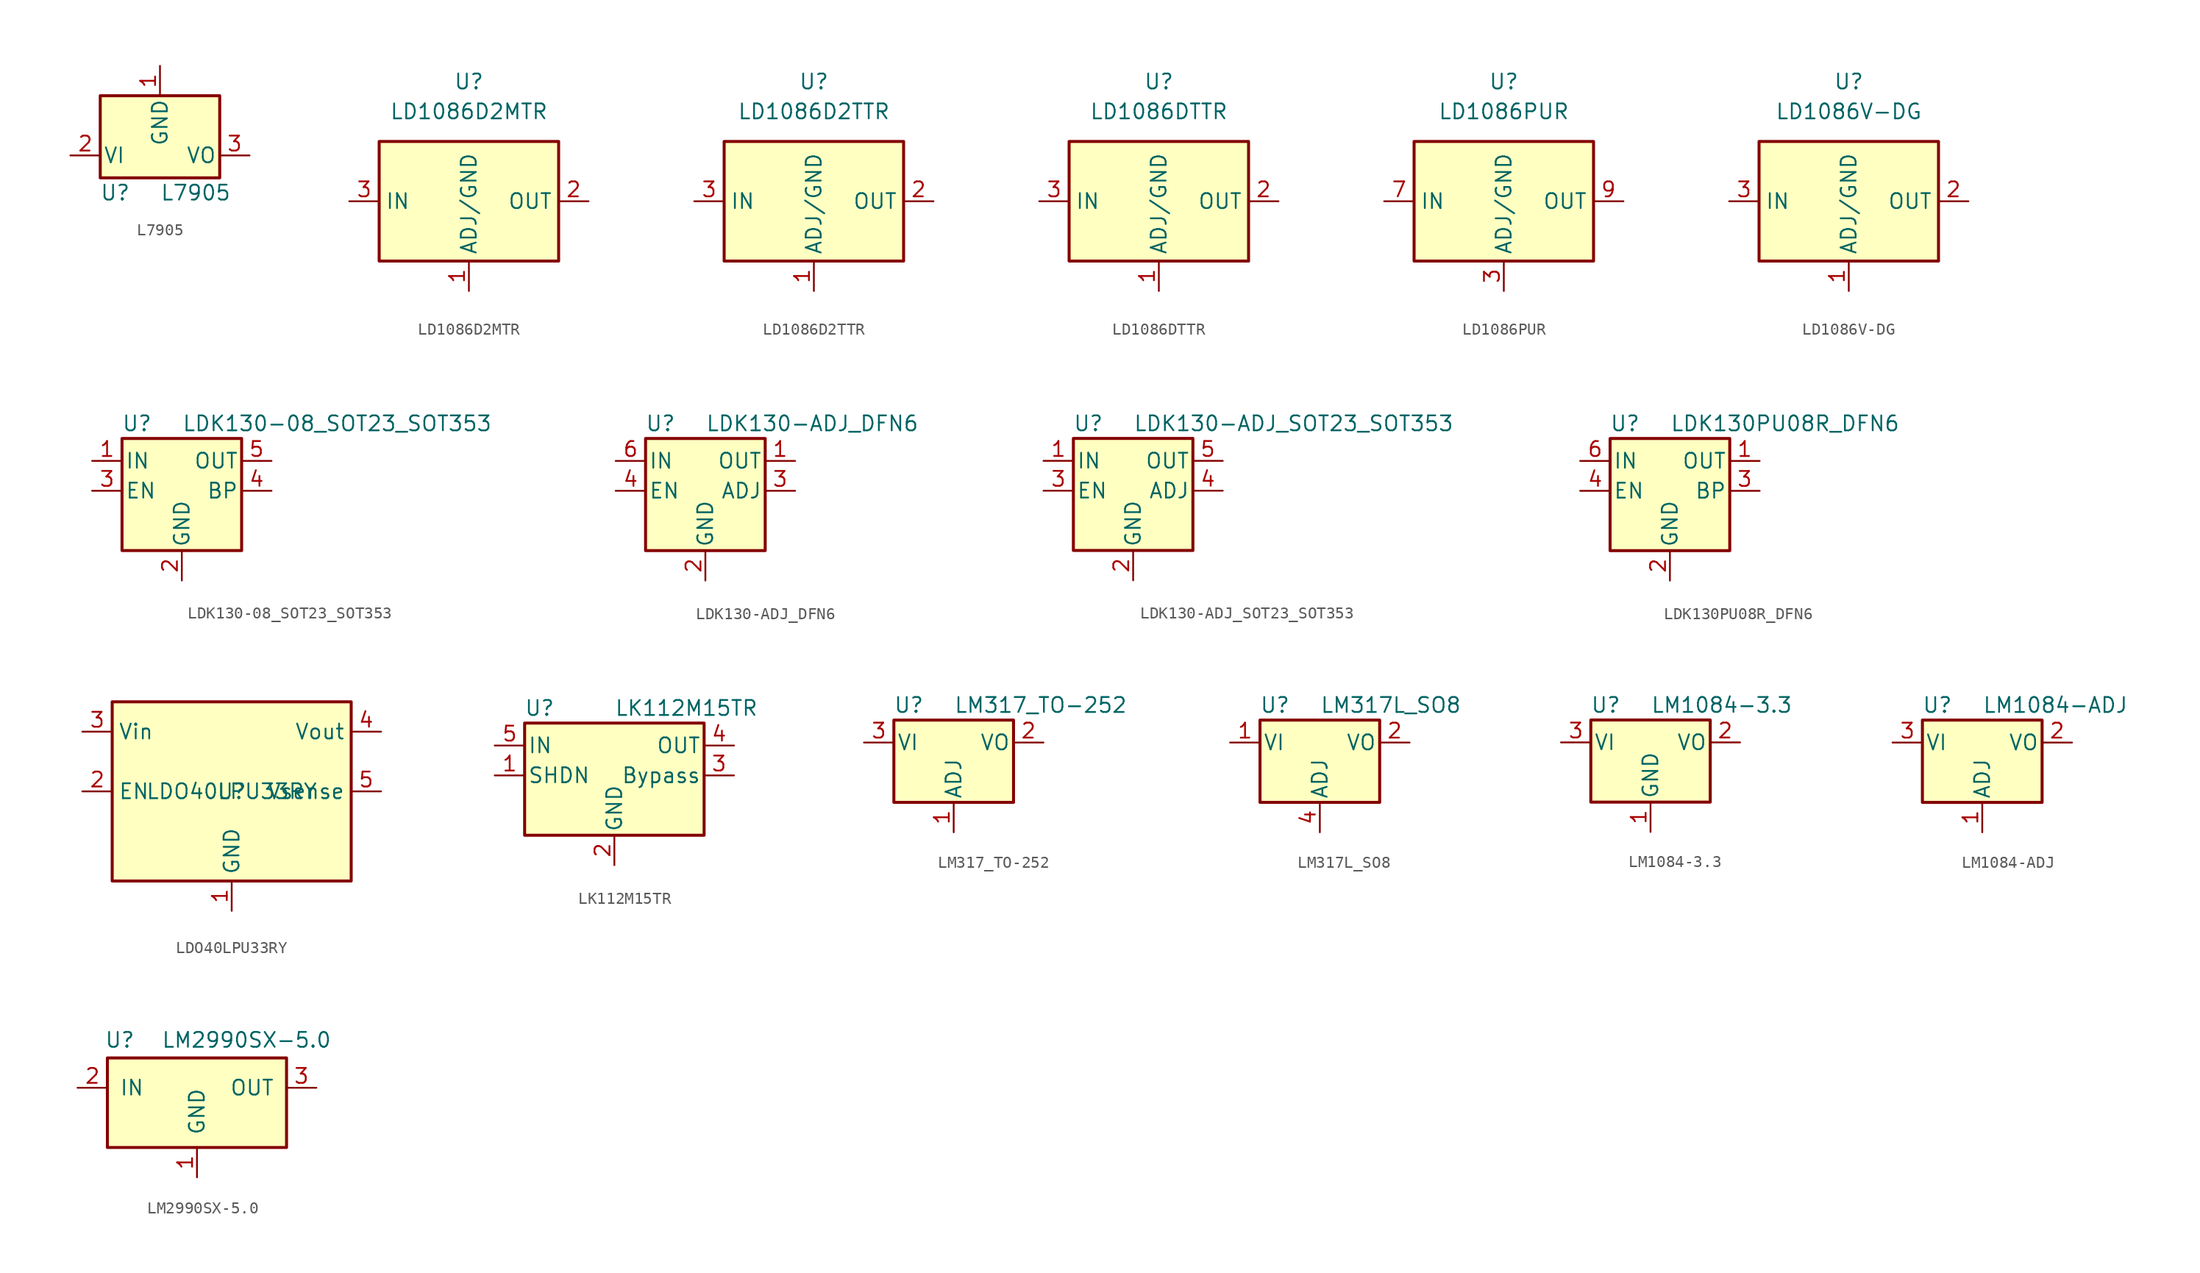
<source format=kicad_sym>
(kicad_symbol_lib
  (version 20241209)
  (generator "kicad_symbol_editor")
  (generator_version "9.0")
  (symbol "L7905"
    (pin_names
      (offset 0.254))
    (property "Reference" "U"
      (at -3.81 -3.175 0)
      (effects (font (size 1.27 1.27))))
    (property "Value" "L7905"
      (at 0 -3.175 0)
      (effects (font (size 1.27 1.27)) (justify left)))
    (symbol "L7905_0_1"
      (rectangle (start -5.08 5.08) (end 5.08 -1.905) (stroke (width 0.254) (type default)) (fill (type background))))
    (symbol "L7905_1_1"
      (pin power_in line (at -7.62 0 0) (length 2.54) (name "VI" (effects (font (size 1.27 1.27)))) (number "2" (effects (font (size 1.27 1.27)))))
      (pin power_in line (at 0 7.62 270) (length 2.54) (name "GND" (effects (font (size 1.27 1.27)))) (number "1" (effects (font (size 1.27 1.27)))))
      (pin power_out line (at 7.62 0 180) (length 2.54) (name "VO" (effects (font (size 1.27 1.27)))) (number "3" (effects (font (size 1.27 1.27)))))))
  (symbol "LD1086D2MTR"
    (property "Reference" "U"
      (at 0 10.16 0)
      (effects (font (size 1.27 1.27))))
    (property "Value" "LD1086D2MTR"
      (at 0 7.62 0)
      (effects (font (size 1.27 1.27))))
    (symbol "LD1086D2MTR_1_1"
      (rectangle (start -7.62 -5.08) (end 7.62 5.08) (stroke (width 0.254) (type default)) (fill (type background)))
      (pin power_in line (at -10.16 0 0) (length 2.54) (name "IN" (effects (font (size 1.27 1.27)))) (number "3" (effects (font (size 1.27 1.27)))))
      (pin input line (at 0 -7.62 90) (length 2.54) (name "ADJ/GND" (effects (font (size 1.27 1.27)))) (number "1" (effects (font (size 1.27 1.27)))))
      (pin power_out line (at 10.16 0 180) (length 2.54) (name "OUT" (effects (font (size 1.27 1.27)))) (number "2" (effects (font (size 1.27 1.27)))))))
  (symbol "LD1086D2TTR"
    (property "Reference" "U"
      (at 0 10.16 0)
      (effects (font (size 1.27 1.27))))
    (property "Value" "LD1086D2TTR"
      (at 0 7.62 0)
      (effects (font (size 1.27 1.27))))
    (symbol "LD1086D2TTR_1_1"
      (rectangle (start -7.62 -5.08) (end 7.62 5.08) (stroke (width 0.254) (type default)) (fill (type background)))
      (pin power_in line (at -10.16 0 0) (length 2.54) (name "IN" (effects (font (size 1.27 1.27)))) (number "3" (effects (font (size 1.27 1.27)))))
      (pin input line (at 0 -7.62 90) (length 2.54) (name "ADJ/GND" (effects (font (size 1.27 1.27)))) (number "1" (effects (font (size 1.27 1.27)))))
      (pin power_out line (at 10.16 0 180) (length 2.54) (name "OUT" (effects (font (size 1.27 1.27)))) (number "2" (effects (font (size 1.27 1.27)))))))
  (symbol "LD1086DTTR"
    (property "Reference" "U"
      (at 0 10.16 0)
      (effects (font (size 1.27 1.27))))
    (property "Value" "LD1086DTTR"
      (at 0 7.62 0)
      (effects (font (size 1.27 1.27))))
    (symbol "LD1086DTTR_1_1"
      (rectangle (start -7.62 -5.08) (end 7.62 5.08) (stroke (width 0.254) (type default)) (fill (type background)))
      (pin power_in line (at -10.16 0 0) (length 2.54) (name "IN" (effects (font (size 1.27 1.27)))) (number "3" (effects (font (size 1.27 1.27)))))
      (pin input line (at 0 -7.62 90) (length 2.54) (name "ADJ/GND" (effects (font (size 1.27 1.27)))) (number "1" (effects (font (size 1.27 1.27)))))
      (pin power_out line (at 10.16 0 180) (length 2.54) (name "OUT" (effects (font (size 1.27 1.27)))) (number "2" (effects (font (size 1.27 1.27)))))))
  (symbol "LD1086PUR"
    (property "Reference" "U"
      (at 0 10.16 0)
      (effects (font (size 1.27 1.27))))
    (property "Value" "LD1086PUR"
      (at 0 7.62 0)
      (effects (font (size 1.27 1.27))))
    (symbol "LD1086PUR_0_1"
      (rectangle (start -7.62 -5.08) (end 7.62 5.08) (stroke (width 0.254) (type default)) (fill (type background))))
    (symbol "LD1086PUR_1_1"
      (pin power_in line (at -10.16 0 0) (length 2.54) (name "IN" (effects (font (size 1.27 1.27)))) (number "7" (effects (font (size 1.27 1.27)))))
      (pin passive line (at -10.16 0 0) (length 2.54) (hide yes) (name "IN" (effects (font (size 1.27 1.27)))) (number "8" (effects (font (size 1.27 1.27)))))
      (pin input line (at 0 -7.62 90) (length 2.54) (name "ADJ/GND" (effects (font (size 1.27 1.27)))) (number "3" (effects (font (size 1.27 1.27)))))
      (pin power_out line (at 10.16 0 180) (length 2.54) (name "OUT" (effects (font (size 1.27 1.27)))) (number "9" (effects (font (size 1.27 1.27)))))))
  (symbol "LD1086V-DG"
    (property "Reference" "U"
      (at 0 10.16 0)
      (effects (font (size 1.27 1.27))))
    (property "Value" "LD1086V-DG"
      (at 0 7.62 0)
      (effects (font (size 1.27 1.27))))
    (symbol "LD1086V-DG_1_1"
      (rectangle (start -7.62 -5.08) (end 7.62 5.08) (stroke (width 0.254) (type default)) (fill (type background)))
      (pin power_in line (at -10.16 0 0) (length 2.54) (name "IN" (effects (font (size 1.27 1.27)))) (number "3" (effects (font (size 1.27 1.27)))))
      (pin input line (at 0 -7.62 90) (length 2.54) (name "ADJ/GND" (effects (font (size 1.27 1.27)))) (number "1" (effects (font (size 1.27 1.27)))))
      (pin power_out line (at 10.16 0 180) (length 2.54) (name "OUT" (effects (font (size 1.27 1.27)))) (number "2" (effects (font (size 1.27 1.27)))))))
  (symbol "LDK130-08_SOT23_SOT353"
    (pin_names
      (offset 0.254))
    (property "Reference" "U"
      (at -3.81 5.715 0)
      (effects (font (size 1.27 1.27))))
    (property "Value" "LDK130-08_SOT23_SOT353"
      (at 0 5.715 0)
      (effects (font (size 1.27 1.27)) (justify left)))
    (symbol "LDK130-08_SOT23_SOT353_0_1"
      (rectangle (start -5.08 4.445) (end 5.08 -5.08) (stroke (width 0.254) (type default)) (fill (type background))))
    (symbol "LDK130-08_SOT23_SOT353_1_1"
      (pin power_in line (at -7.62 2.54 0) (length 2.54) (name "IN" (effects (font (size 1.27 1.27)))) (number "1" (effects (font (size 1.27 1.27)))))
      (pin input line (at -7.62 0 0) (length 2.54) (name "EN" (effects (font (size 1.27 1.27)))) (number "3" (effects (font (size 1.27 1.27)))))
      (pin power_in line (at 0 -7.62 90) (length 2.54) (name "GND" (effects (font (size 1.27 1.27)))) (number "2" (effects (font (size 1.27 1.27)))))
      (pin power_out line (at 7.62 2.54 180) (length 2.54) (name "OUT" (effects (font (size 1.27 1.27)))) (number "5" (effects (font (size 1.27 1.27)))))
      (pin passive line (at 7.62 0 180) (length 2.54) (name "BP" (effects (font (size 1.27 1.27)))) (number "4" (effects (font (size 1.27 1.27)))))))
  (symbol "LDK130-ADJ_DFN6"
    (pin_names
      (offset 0.254))
    (property "Reference" "U"
      (at -3.81 5.715 0)
      (effects (font (size 1.27 1.27))))
    (property "Value" "LDK130-ADJ_DFN6"
      (at 0 5.715 0)
      (effects (font (size 1.27 1.27)) (justify left)))
    (symbol "LDK130-ADJ_DFN6_0_1"
      (rectangle (start -5.08 4.445) (end 5.08 -5.08) (stroke (width 0.254) (type default)) (fill (type background))))
    (symbol "LDK130-ADJ_DFN6_1_1"
      (pin power_in line (at -7.62 2.54 0) (length 2.54) (name "IN" (effects (font (size 1.27 1.27)))) (number "6" (effects (font (size 1.27 1.27)))))
      (pin input line (at -7.62 0 0) (length 2.54) (name "EN" (effects (font (size 1.27 1.27)))) (number "4" (effects (font (size 1.27 1.27)))))
      (pin no_connect line (at -5.08 -2.54 0) (length 2.54) (hide yes) (name "NC" (effects (font (size 1.27 1.27)))) (number "5" (effects (font (size 1.27 1.27)))))
      (pin power_in line (at 0 -7.62 90) (length 2.54) (name "GND" (effects (font (size 1.27 1.27)))) (number "2" (effects (font (size 1.27 1.27)))))
      (pin power_out line (at 7.62 2.54 180) (length 2.54) (name "OUT" (effects (font (size 1.27 1.27)))) (number "1" (effects (font (size 1.27 1.27)))))
      (pin input line (at 7.62 0 180) (length 2.54) (name "ADJ" (effects (font (size 1.27 1.27)))) (number "3" (effects (font (size 1.27 1.27)))))))
  (symbol "LDK130-ADJ_SOT23_SOT353"
    (pin_names
      (offset 0.254))
    (property "Reference" "U"
      (at -3.81 5.715 0)
      (effects (font (size 1.27 1.27))))
    (property "Value" "LDK130-ADJ_SOT23_SOT353"
      (at 0 5.715 0)
      (effects (font (size 1.27 1.27)) (justify left)))
    (symbol "LDK130-ADJ_SOT23_SOT353_0_1"
      (rectangle (start -5.08 4.445) (end 5.08 -5.08) (stroke (width 0.254) (type default)) (fill (type background))))
    (symbol "LDK130-ADJ_SOT23_SOT353_1_1"
      (pin power_in line (at -7.62 2.54 0) (length 2.54) (name "IN" (effects (font (size 1.27 1.27)))) (number "1" (effects (font (size 1.27 1.27)))))
      (pin input line (at -7.62 0 0) (length 2.54) (name "EN" (effects (font (size 1.27 1.27)))) (number "3" (effects (font (size 1.27 1.27)))))
      (pin power_in line (at 0 -7.62 90) (length 2.54) (name "GND" (effects (font (size 1.27 1.27)))) (number "2" (effects (font (size 1.27 1.27)))))
      (pin power_out line (at 7.62 2.54 180) (length 2.54) (name "OUT" (effects (font (size 1.27 1.27)))) (number "5" (effects (font (size 1.27 1.27)))))
      (pin input line (at 7.62 0 180) (length 2.54) (name "ADJ" (effects (font (size 1.27 1.27)))) (number "4" (effects (font (size 1.27 1.27)))))))
  (symbol "LDK130PU08R_DFN6"
    (pin_names
      (offset 0.254))
    (property "Reference" "U"
      (at -3.81 5.715 0)
      (effects (font (size 1.27 1.27))))
    (property "Value" "LDK130PU08R_DFN6"
      (at 0 5.715 0)
      (effects (font (size 1.27 1.27)) (justify left)))
    (symbol "LDK130PU08R_DFN6_0_1"
      (rectangle (start -5.08 4.445) (end 5.08 -5.08) (stroke (width 0.254) (type default)) (fill (type background))))
    (symbol "LDK130PU08R_DFN6_1_1"
      (pin power_in line (at -7.62 2.54 0) (length 2.54) (name "IN" (effects (font (size 1.27 1.27)))) (number "6" (effects (font (size 1.27 1.27)))))
      (pin input line (at -7.62 0 0) (length 2.54) (name "EN" (effects (font (size 1.27 1.27)))) (number "4" (effects (font (size 1.27 1.27)))))
      (pin no_connect line (at -5.08 -2.54 0) (length 2.54) (hide yes) (name "NC" (effects (font (size 1.27 1.27)))) (number "5" (effects (font (size 1.27 1.27)))))
      (pin power_in line (at 0 -7.62 90) (length 2.54) (name "GND" (effects (font (size 1.27 1.27)))) (number "2" (effects (font (size 1.27 1.27)))))
      (pin power_out line (at 7.62 2.54 180) (length 2.54) (name "OUT" (effects (font (size 1.27 1.27)))) (number "1" (effects (font (size 1.27 1.27)))))
      (pin passive line (at 7.62 0 180) (length 2.54) (name "BP" (effects (font (size 1.27 1.27)))) (number "3" (effects (font (size 1.27 1.27)))))))
  (symbol "LDO40LPU33RY"
    (property "Reference" "U"
      (at 0 0 0)
      (effects (font (size 1.27 1.27))))
    (property "Value" "LDO40LPU33RY"
      (at 0 0 0)
      (effects (font (size 1.27 1.27))))
    (symbol "LDO40LPU33RY_1_1"
      (rectangle (start -10.16 7.62) (end 10.16 -7.62) (stroke (width 0.254) (type solid)) (fill (type background)))
      (pin power_in line (at -12.7 5.08 0) (length 2.54) (name "Vin" (effects (font (size 1.27 1.27)))) (number "3" (effects (font (size 1.27 1.27)))))
      (pin input line (at -12.7 0 0) (length 2.54) (name "EN" (effects (font (size 1.27 1.27)))) (number "2" (effects (font (size 1.27 1.27)))))
      (pin no_connect line (at -2.54 -10.16 90) (length 2.54) (hide yes) (name "NC" (effects (font (size 1.27 1.27)))) (number "6" (effects (font (size 1.27 1.27)))))
      (pin power_in line (at 0 -10.16 90) (length 2.54) (name "GND" (effects (font (size 1.27 1.27)))) (number "1" (effects (font (size 1.27 1.27)))))
      (pin passive line (at 0 -10.16 90) (length 2.54) (hide yes) (name "GND" (effects (font (size 1.27 1.27)))) (number "7" (effects (font (size 1.27 1.27)))))
      (pin power_out line (at 12.7 5.08 180) (length 2.54) (name "Vout" (effects (font (size 1.27 1.27)))) (number "4" (effects (font (size 1.27 1.27)))))
      (pin input line (at 12.7 0 180) (length 2.54) (name "Vsense" (effects (font (size 1.27 1.27)))) (number "5" (effects (font (size 1.27 1.27)))))))
  (symbol "LK112M15TR"
    (pin_names
      (offset 0.254))
    (property "Reference" "U"
      (at -6.35 5.715 0)
      (effects (font (size 1.27 1.27))))
    (property "Value" "LK112M15TR"
      (at 0 5.715 0)
      (effects (font (size 1.27 1.27)) (justify left)))
    (symbol "LK112M15TR_0_1"
      (rectangle (start -7.62 4.445) (end 7.62 -5.08) (stroke (width 0.254) (type default)) (fill (type background))))
    (symbol "LK112M15TR_1_1"
      (pin power_in line (at -10.16 2.54 0) (length 2.54) (name "IN" (effects (font (size 1.27 1.27)))) (number "5" (effects (font (size 1.27 1.27)))))
      (pin input line (at -10.16 0 0) (length 2.54) (name "SHDN" (effects (font (size 1.27 1.27)))) (number "1" (effects (font (size 1.27 1.27)))))
      (pin power_in line (at 0 -7.62 90) (length 2.54) (name "GND" (effects (font (size 1.27 1.27)))) (number "2" (effects (font (size 1.27 1.27)))))
      (pin power_out line (at 10.16 2.54 180) (length 2.54) (name "OUT" (effects (font (size 1.27 1.27)))) (number "4" (effects (font (size 1.27 1.27)))))
      (pin passive line (at 10.16 0 180) (length 2.54) (name "Bypass" (effects (font (size 1.27 1.27)))) (number "3" (effects (font (size 1.27 1.27)))))))
  (symbol "LM317_TO-252"
    (pin_names
      (offset 0.254))
    (property "Reference" "U"
      (at -3.81 3.175 0)
      (effects (font (size 1.27 1.27))))
    (property "Value" "LM317_TO-252"
      (at 0 3.175 0)
      (effects (font (size 1.27 1.27)) (justify left)))
    (symbol "LM317_TO-252_0_1"
      (rectangle (start -5.08 1.905) (end 5.08 -5.08) (stroke (width 0.254) (type default)) (fill (type background))))
    (symbol "LM317_TO-252_1_1"
      (pin power_in line (at -7.62 0 0) (length 2.54) (name "VI" (effects (font (size 1.27 1.27)))) (number "3" (effects (font (size 1.27 1.27)))))
      (pin input line (at 0 -7.62 90) (length 2.54) (name "ADJ" (effects (font (size 1.27 1.27)))) (number "1" (effects (font (size 1.27 1.27)))))
      (pin power_out line (at 7.62 0 180) (length 2.54) (name "VO" (effects (font (size 1.27 1.27)))) (number "2" (effects (font (size 1.27 1.27)))))))
  (symbol "LM317L_SO8"
    (pin_names
      (offset 0.254))
    (property "Reference" "U"
      (at -3.81 3.175 0)
      (effects (font (size 1.27 1.27))))
    (property "Value" "LM317L_SO8"
      (at 0 3.175 0)
      (effects (font (size 1.27 1.27)) (justify left)))
    (symbol "LM317L_SO8_0_1"
      (rectangle (start -5.08 1.905) (end 5.08 -5.08) (stroke (width 0.254) (type default)) (fill (type background))))
    (symbol "LM317L_SO8_1_1"
      (pin power_in line (at -7.62 0 0) (length 2.54) (name "VI" (effects (font (size 1.27 1.27)))) (number "1" (effects (font (size 1.27 1.27)))))
      (pin no_connect line (at -5.08 -2.54 0) (length 2.54) (hide yes) (name "NC" (effects (font (size 1.27 1.27)))) (number "5" (effects (font (size 1.27 1.27)))))
      (pin input line (at 0 -7.62 90) (length 2.54) (name "ADJ" (effects (font (size 1.27 1.27)))) (number "4" (effects (font (size 1.27 1.27)))))
      (pin no_connect line (at 5.08 -2.54 180) (length 2.54) (hide yes) (name "NC" (effects (font (size 1.27 1.27)))) (number "8" (effects (font (size 1.27 1.27)))))
      (pin power_out line (at 7.62 0 180) (length 2.54) (name "VO" (effects (font (size 1.27 1.27)))) (number "2" (effects (font (size 1.27 1.27)))))
      (pin passive line (at 7.62 0 180) (length 2.54) (hide yes) (name "VO" (effects (font (size 1.27 1.27)))) (number "3" (effects (font (size 1.27 1.27)))))
      (pin passive line (at 7.62 0 180) (length 2.54) (hide yes) (name "VO" (effects (font (size 1.27 1.27)))) (number "6" (effects (font (size 1.27 1.27)))))
      (pin passive line (at 7.62 0 180) (length 2.54) (hide yes) (name "VO" (effects (font (size 1.27 1.27)))) (number "7" (effects (font (size 1.27 1.27)))))))
  (symbol "LM1084-3.3"
    (pin_names
      (offset 0.254))
    (property "Reference" "U"
      (at -3.81 3.175 0)
      (effects (font (size 1.27 1.27))))
    (property "Value" "LM1084-3.3"
      (at 0 3.175 0)
      (effects (font (size 1.27 1.27)) (justify left)))
    (symbol "LM1084-3.3_0_1"
      (rectangle (start -5.08 1.905) (end 5.08 -5.08) (stroke (width 0.254) (type default)) (fill (type background))))
    (symbol "LM1084-3.3_1_1"
      (pin power_in line (at -7.62 0 0) (length 2.54) (name "VI" (effects (font (size 1.27 1.27)))) (number "3" (effects (font (size 1.27 1.27)))))
      (pin power_in line (at 0 -7.62 90) (length 2.54) (name "GND" (effects (font (size 1.27 1.27)))) (number "1" (effects (font (size 1.27 1.27)))))
      (pin power_out line (at 7.62 0 180) (length 2.54) (name "VO" (effects (font (size 1.27 1.27)))) (number "2" (effects (font (size 1.27 1.27)))))))
  (symbol "LM1084-ADJ"
    (pin_names
      (offset 0.254))
    (property "Reference" "U"
      (at -3.81 3.175 0)
      (effects (font (size 1.27 1.27))))
    (property "Value" "LM1084-ADJ"
      (at 0 3.175 0)
      (effects (font (size 1.27 1.27)) (justify left)))
    (symbol "LM1084-ADJ_0_1"
      (rectangle (start -5.08 1.905) (end 5.08 -5.08) (stroke (width 0.254) (type default)) (fill (type background))))
    (symbol "LM1084-ADJ_1_1"
      (pin power_in line (at -7.62 0 0) (length 2.54) (name "VI" (effects (font (size 1.27 1.27)))) (number "3" (effects (font (size 1.27 1.27)))))
      (pin input line (at 0 -7.62 90) (length 2.54) (name "ADJ" (effects (font (size 1.27 1.27)))) (number "1" (effects (font (size 1.27 1.27)))))
      (pin power_out line (at 7.62 0 180) (length 2.54) (name "VO" (effects (font (size 1.27 1.27)))) (number "2" (effects (font (size 1.27 1.27)))))))
  (symbol "LM2990SX-5.0"
    (pin_names
      (offset 1.016))
    (property "Reference" "U"
      (at -7.874 4.064 0)
      (effects (font (size 1.27 1.27)) (justify left)))
    (property "Value" "LM2990SX-5.0"
      (at -3.048 4.064 0)
      (effects (font (size 1.27 1.27)) (justify left)))
    (symbol "LM2990SX-5.0_0_1"
      (rectangle (start -7.62 2.54) (end 7.62 -5.08) (stroke (width 0.254) (type default)) (fill (type background))))
    (symbol "LM2990SX-5.0_1_1"
      (pin power_in line (at -10.16 0 0) (length 2.54) (name "IN" (effects (font (size 1.27 1.27)))) (number "2" (effects (font (size 1.27 1.27)))))
      (pin power_in line (at 0 -7.62 90) (length 2.54) (name "GND" (effects (font (size 1.27 1.27)))) (number "1" (effects (font (size 1.27 1.27)))))
      (pin power_out line (at 10.16 0 180) (length 2.54) (name "OUT" (effects (font (size 1.27 1.27)))) (number "3" (effects (font (size 1.27 1.27))))))))
</source>
